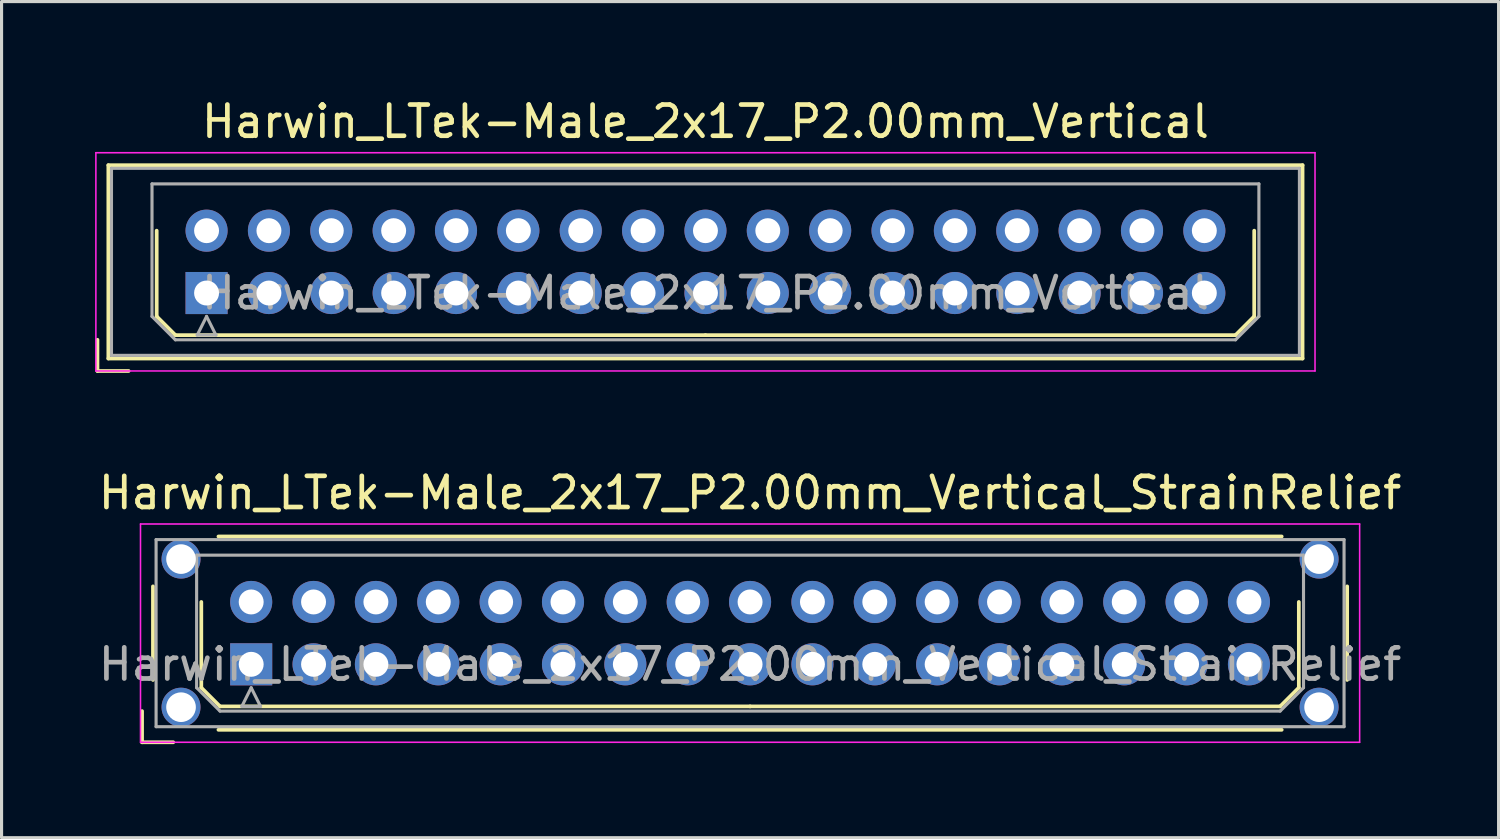
<source format=kicad_pcb>
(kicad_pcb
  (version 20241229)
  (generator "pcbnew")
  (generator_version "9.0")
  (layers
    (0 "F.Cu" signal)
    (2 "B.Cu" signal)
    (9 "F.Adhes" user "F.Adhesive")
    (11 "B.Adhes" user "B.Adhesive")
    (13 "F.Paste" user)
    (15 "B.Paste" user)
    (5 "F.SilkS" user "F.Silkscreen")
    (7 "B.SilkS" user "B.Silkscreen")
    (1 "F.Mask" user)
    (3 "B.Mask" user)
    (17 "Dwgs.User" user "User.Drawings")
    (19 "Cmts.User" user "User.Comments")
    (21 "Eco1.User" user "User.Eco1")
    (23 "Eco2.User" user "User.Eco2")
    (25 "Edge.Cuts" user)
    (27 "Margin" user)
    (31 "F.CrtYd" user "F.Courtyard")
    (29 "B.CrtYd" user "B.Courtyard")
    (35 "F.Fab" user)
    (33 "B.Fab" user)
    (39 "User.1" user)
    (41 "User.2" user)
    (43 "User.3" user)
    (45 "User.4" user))
  (footprint "Harwin_LTek-Male_2x17_P2.00mm_Vertical"
    (layer "F.Cu")
    (at 3.575 6.348)
    (property "Reference" "Harwin_LTek-Male_2x17_P2.00mm_Vertical" (at 16 -5.5 0) (layer "F.SilkS") (effects (font (size 1 1) (thickness 0.15))))
    (attr through_hole)
    (fp_line (start -3.5 1.5) (end -3.5 2.5) (stroke (width 0.12) (type solid)) (layer "F.SilkS"))
    (fp_line (start -3.5 2.5) (end -2.5 2.5) (stroke (width 0.12) (type solid)) (layer "F.SilkS"))
    (fp_line (start -3.15 -4.1) (end -3.15 2.1) (stroke (width 0.12) (type solid)) (layer "F.SilkS"))
    (fp_line (start -3.15 2.1) (end 35.15 2.1) (stroke (width 0.12) (type solid)) (layer "F.SilkS"))
    (fp_line (start -1.6 -2) (end -1.6 0.75) (stroke (width 0.12) (type solid)) (layer "F.SilkS"))
    (fp_line (start -1.6 0.75) (end -1 1.35) (stroke (width 0.12) (type solid)) (layer "F.SilkS"))
    (fp_line (start -1 1.35) (end 16 1.35) (stroke (width 0.12) (type solid)) (layer "F.SilkS"))
    (fp_line (start 33 1.35) (end 16 1.35) (stroke (width 0.12) (type solid)) (layer "F.SilkS"))
    (fp_line (start 33.6 -2) (end 33.6 0.75) (stroke (width 0.12) (type solid)) (layer "F.SilkS"))
    (fp_line (start 33.6 0.75) (end 33 1.35) (stroke (width 0.12) (type solid)) (layer "F.SilkS"))
    (fp_line (start 35.15 -4.1) (end -3.15 -4.1) (stroke (width 0.12) (type solid)) (layer "F.SilkS"))
    (fp_line (start 35.15 2.1) (end 35.15 -4.1) (stroke (width 0.12) (type solid)) (layer "F.SilkS"))
    (fp_line (start -3.55 -4.5) (end -3.55 2.5) (stroke (width 0.05) (type solid)) (layer "F.CrtYd"))
    (fp_line (start -3.55 2.5) (end 35.55 2.5) (stroke (width 0.05) (type solid)) (layer "F.CrtYd"))
    (fp_line (start 35.55 -4.5) (end -3.55 -4.5) (stroke (width 0.05) (type solid)) (layer "F.CrtYd"))
    (fp_line (start 35.55 2.5) (end 35.55 -4.5) (stroke (width 0.05) (type solid)) (layer "F.CrtYd"))
    (fp_line (start -3.05 -4) (end -3.05 2) (stroke (width 0.1) (type solid)) (layer "F.Fab"))
    (fp_line (start -3.05 2) (end 35.05 2) (stroke (width 0.1) (type solid)) (layer "F.Fab"))
    (fp_line (start -1.75 -3.5) (end 33.75 -3.5) (stroke (width 0.1) (type solid)) (layer "F.Fab"))
    (fp_line (start -1.75 0.75) (end -1.75 -3.5) (stroke (width 0.1) (type solid)) (layer "F.Fab"))
    (fp_line (start -1 1.5) (end -1.75 0.75) (stroke (width 0.1) (type solid)) (layer "F.Fab"))
    (fp_line (start -0.3 1.35) (end 0.3 1.35) (stroke (width 0.1) (type solid)) (layer "F.Fab"))
    (fp_line (start 0 0.75) (end -0.3 1.35) (stroke (width 0.1) (type solid)) (layer "F.Fab"))
    (fp_line (start 0.3 1.35) (end 0 0.75) (stroke (width 0.1) (type solid)) (layer "F.Fab"))
    (fp_line (start 33 1.5) (end -1 1.5) (stroke (width 0.1) (type solid)) (layer "F.Fab"))
    (fp_line (start 33.75 -3.5) (end 33.75 0.75) (stroke (width 0.1) (type solid)) (layer "F.Fab"))
    (fp_line (start 33.75 0.75) (end 33 1.5) (stroke (width 0.1) (type solid)) (layer "F.Fab"))
    (fp_line (start 35.05 -4) (end -3.05 -4) (stroke (width 0.1) (type solid)) (layer "F.Fab"))
    (fp_line (start 35.05 2) (end 35.05 -4) (stroke (width 0.1) (type solid)) (layer "F.Fab"))
    (fp_text user "${REFERENCE}" (at 16 0 0) (layer "F.Fab") (effects (font (size 1 1) (thickness 0.15))))
    (pad "1" thru_hole rect (at 0 0) (size 1.35 1.35) (drill 0.8) (layers "*.Cu" "*.Mask"))
    (pad "2" thru_hole circle (at 2 0) (size 1.35 1.35) (drill 0.8) (layers "*.Cu" "*.Mask"))
    (pad "3" thru_hole circle (at 4 0) (size 1.35 1.35) (drill 0.8) (layers "*.Cu" "*.Mask"))
    (pad "4" thru_hole circle (at 6 0) (size 1.35 1.35) (drill 0.8) (layers "*.Cu" "*.Mask"))
    (pad "5" thru_hole circle (at 8 0) (size 1.35 1.35) (drill 0.8) (layers "*.Cu" "*.Mask"))
    (pad "6" thru_hole circle (at 10 0) (size 1.35 1.35) (drill 0.8) (layers "*.Cu" "*.Mask"))
    (pad "7" thru_hole circle (at 12 0) (size 1.35 1.35) (drill 0.8) (layers "*.Cu" "*.Mask"))
    (pad "8" thru_hole circle (at 14 0) (size 1.35 1.35) (drill 0.8) (layers "*.Cu" "*.Mask"))
    (pad "9" thru_hole circle (at 16 0) (size 1.35 1.35) (drill 0.8) (layers "*.Cu" "*.Mask"))
    (pad "10" thru_hole circle (at 18 0) (size 1.35 1.35) (drill 0.8) (layers "*.Cu" "*.Mask"))
    (pad "11" thru_hole circle (at 20 0) (size 1.35 1.35) (drill 0.8) (layers "*.Cu" "*.Mask"))
    (pad "12" thru_hole circle (at 22 0) (size 1.35 1.35) (drill 0.8) (layers "*.Cu" "*.Mask"))
    (pad "13" thru_hole circle (at 24 0) (size 1.35 1.35) (drill 0.8) (layers "*.Cu" "*.Mask"))
    (pad "14" thru_hole circle (at 26 0) (size 1.35 1.35) (drill 0.8) (layers "*.Cu" "*.Mask"))
    (pad "15" thru_hole circle (at 28 0) (size 1.35 1.35) (drill 0.8) (layers "*.Cu" "*.Mask"))
    (pad "16" thru_hole circle (at 30 0) (size 1.35 1.35) (drill 0.8) (layers "*.Cu" "*.Mask"))
    (pad "17" thru_hole circle (at 32 0) (size 1.35 1.35) (drill 0.8) (layers "*.Cu" "*.Mask"))
    (pad "18" thru_hole circle (at 0 -2) (size 1.35 1.35) (drill 0.8) (layers "*.Cu" "*.Mask"))
    (pad "19" thru_hole circle (at 2 -2) (size 1.35 1.35) (drill 0.8) (layers "*.Cu" "*.Mask"))
    (pad "20" thru_hole circle (at 4 -2) (size 1.35 1.35) (drill 0.8) (layers "*.Cu" "*.Mask"))
    (pad "21" thru_hole circle (at 6 -2) (size 1.35 1.35) (drill 0.8) (layers "*.Cu" "*.Mask"))
    (pad "22" thru_hole circle (at 8 -2) (size 1.35 1.35) (drill 0.8) (layers "*.Cu" "*.Mask"))
    (pad "23" thru_hole circle (at 10 -2) (size 1.35 1.35) (drill 0.8) (layers "*.Cu" "*.Mask"))
    (pad "24" thru_hole circle (at 12 -2) (size 1.35 1.35) (drill 0.8) (layers "*.Cu" "*.Mask"))
    (pad "25" thru_hole circle (at 14 -2) (size 1.35 1.35) (drill 0.8) (layers "*.Cu" "*.Mask"))
    (pad "26" thru_hole circle (at 16 -2) (size 1.35 1.35) (drill 0.8) (layers "*.Cu" "*.Mask"))
    (pad "27" thru_hole circle (at 18 -2) (size 1.35 1.35) (drill 0.8) (layers "*.Cu" "*.Mask"))
    (pad "28" thru_hole circle (at 20 -2) (size 1.35 1.35) (drill 0.8) (layers "*.Cu" "*.Mask"))
    (pad "29" thru_hole circle (at 22 -2) (size 1.35 1.35) (drill 0.8) (layers "*.Cu" "*.Mask"))
    (pad "30" thru_hole circle (at 24 -2) (size 1.35 1.35) (drill 0.8) (layers "*.Cu" "*.Mask"))
    (pad "31" thru_hole circle (at 26 -2) (size 1.35 1.35) (drill 0.8) (layers "*.Cu" "*.Mask"))
    (pad "32" thru_hole circle (at 28 -2) (size 1.35 1.35) (drill 0.8) (layers "*.Cu" "*.Mask"))
    (pad "33" thru_hole circle (at 30 -2) (size 1.35 1.35) (drill 0.8) (layers "*.Cu" "*.Mask"))
    (pad "34" thru_hole circle (at 32 -2) (size 1.35 1.35) (drill 0.8) (layers "*.Cu" "*.Mask")))
  (footprint "Harwin_LTek-Male_2x17_P2.00mm_Vertical_StrainRelief"
    (layer "F.Cu")
    (at 5.006 18.256)
    (property "Reference" "Harwin_LTek-Male_2x17_P2.00mm_Vertical_StrainRelief" (at 16 -5.5 0) (layer "F.SilkS") (effects (font (size 1 1) (thickness 0.15))))
    (attr through_hole)
    (fp_line (start -3.5 1.5) (end -3.5 2.5) (stroke (width 0.12) (type solid)) (layer "F.SilkS"))
    (fp_line (start -3.5 2.5) (end -2.5 2.5) (stroke (width 0.12) (type solid)) (layer "F.SilkS"))
    (fp_line (start -3.15 -2.5) (end -3.15 0.5) (stroke (width 0.12) (type solid)) (layer "F.SilkS"))
    (fp_line (start -1.6 -2) (end -1.6 0.75) (stroke (width 0.12) (type solid)) (layer "F.SilkS"))
    (fp_line (start -1.6 0.75) (end -1 1.35) (stroke (width 0.12) (type solid)) (layer "F.SilkS"))
    (fp_line (start -1.05 -4.1) (end 33.05 -4.1) (stroke (width 0.12) (type solid)) (layer "F.SilkS"))
    (fp_line (start -1.05 2.1) (end 33.05 2.1) (stroke (width 0.12) (type solid)) (layer "F.SilkS"))
    (fp_line (start -1 1.35) (end 16 1.35) (stroke (width 0.12) (type solid)) (layer "F.SilkS"))
    (fp_line (start 33 1.35) (end 16 1.35) (stroke (width 0.12) (type solid)) (layer "F.SilkS"))
    (fp_line (start 33.6 -2) (end 33.6 0.75) (stroke (width 0.12) (type solid)) (layer "F.SilkS"))
    (fp_line (start 33.6 0.75) (end 33 1.35) (stroke (width 0.12) (type solid)) (layer "F.SilkS"))
    (fp_line (start 35.15 -2.5) (end 35.15 0.5) (stroke (width 0.12) (type solid)) (layer "F.SilkS"))
    (fp_line (start -3.55 -4.5) (end -3.55 2.5) (stroke (width 0.05) (type solid)) (layer "F.CrtYd"))
    (fp_line (start -3.55 2.5) (end 35.55 2.5) (stroke (width 0.05) (type solid)) (layer "F.CrtYd"))
    (fp_line (start 35.55 -4.5) (end -3.55 -4.5) (stroke (width 0.05) (type solid)) (layer "F.CrtYd"))
    (fp_line (start 35.55 2.5) (end 35.55 -4.5) (stroke (width 0.05) (type solid)) (layer "F.CrtYd"))
    (fp_line (start -3.05 -4) (end -3.05 2) (stroke (width 0.1) (type solid)) (layer "F.Fab"))
    (fp_line (start -3.05 2) (end 35.05 2) (stroke (width 0.1) (type solid)) (layer "F.Fab"))
    (fp_line (start -1.75 -3.5) (end 33.75 -3.5) (stroke (width 0.1) (type solid)) (layer "F.Fab"))
    (fp_line (start -1.75 0.75) (end -1.75 -3.5) (stroke (width 0.1) (type solid)) (layer "F.Fab"))
    (fp_line (start -1 1.5) (end -1.75 0.75) (stroke (width 0.1) (type solid)) (layer "F.Fab"))
    (fp_line (start -0.3 1.35) (end 0.3 1.35) (stroke (width 0.1) (type solid)) (layer "F.Fab"))
    (fp_line (start 0 0.75) (end -0.3 1.35) (stroke (width 0.1) (type solid)) (layer "F.Fab"))
    (fp_line (start 0.3 1.35) (end 0 0.75) (stroke (width 0.1) (type solid)) (layer "F.Fab"))
    (fp_line (start 33 1.5) (end -1 1.5) (stroke (width 0.1) (type solid)) (layer "F.Fab"))
    (fp_line (start 33.75 -3.5) (end 33.75 0.75) (stroke (width 0.1) (type solid)) (layer "F.Fab"))
    (fp_line (start 33.75 0.75) (end 33 1.5) (stroke (width 0.1) (type solid)) (layer "F.Fab"))
    (fp_line (start 35.05 -4) (end -3.05 -4) (stroke (width 0.1) (type solid)) (layer "F.Fab"))
    (fp_line (start 35.05 2) (end 35.05 -4) (stroke (width 0.1) (type solid)) (layer "F.Fab"))
    (fp_text user "${REFERENCE}" (at 16 0 0) (layer "F.Fab") (effects (font (size 1 1) (thickness 0.15))))
    (pad "" thru_hole circle (at -2.25 -3.375) (size 1.25 1.25) (drill 0.95) (layers "*.Cu" "*.Mask"))
    (pad "" thru_hole circle (at -2.25 1.375) (size 1.25 1.25) (drill 0.95) (layers "*.Cu" "*.Mask"))
    (pad "" thru_hole circle (at 34.25 -3.375) (size 1.25 1.25) (drill 0.95) (layers "*.Cu" "*.Mask"))
    (pad "" thru_hole circle (at 34.25 1.375) (size 1.25 1.25) (drill 0.95) (layers "*.Cu" "*.Mask"))
    (pad "1" thru_hole rect (at 0 0) (size 1.35 1.35) (drill 0.8) (layers "*.Cu" "*.Mask"))
    (pad "2" thru_hole circle (at 2 0) (size 1.35 1.35) (drill 0.8) (layers "*.Cu" "*.Mask"))
    (pad "3" thru_hole circle (at 4 0) (size 1.35 1.35) (drill 0.8) (layers "*.Cu" "*.Mask"))
    (pad "4" thru_hole circle (at 6 0) (size 1.35 1.35) (drill 0.8) (layers "*.Cu" "*.Mask"))
    (pad "5" thru_hole circle (at 8 0) (size 1.35 1.35) (drill 0.8) (layers "*.Cu" "*.Mask"))
    (pad "6" thru_hole circle (at 10 0) (size 1.35 1.35) (drill 0.8) (layers "*.Cu" "*.Mask"))
    (pad "7" thru_hole circle (at 12 0) (size 1.35 1.35) (drill 0.8) (layers "*.Cu" "*.Mask"))
    (pad "8" thru_hole circle (at 14 0) (size 1.35 1.35) (drill 0.8) (layers "*.Cu" "*.Mask"))
    (pad "9" thru_hole circle (at 16 0) (size 1.35 1.35) (drill 0.8) (layers "*.Cu" "*.Mask"))
    (pad "10" thru_hole circle (at 18 0) (size 1.35 1.35) (drill 0.8) (layers "*.Cu" "*.Mask"))
    (pad "11" thru_hole circle (at 20 0) (size 1.35 1.35) (drill 0.8) (layers "*.Cu" "*.Mask"))
    (pad "12" thru_hole circle (at 22 0) (size 1.35 1.35) (drill 0.8) (layers "*.Cu" "*.Mask"))
    (pad "13" thru_hole circle (at 24 0) (size 1.35 1.35) (drill 0.8) (layers "*.Cu" "*.Mask"))
    (pad "14" thru_hole circle (at 26 0) (size 1.35 1.35) (drill 0.8) (layers "*.Cu" "*.Mask"))
    (pad "15" thru_hole circle (at 28 0) (size 1.35 1.35) (drill 0.8) (layers "*.Cu" "*.Mask"))
    (pad "16" thru_hole circle (at 30 0) (size 1.35 1.35) (drill 0.8) (layers "*.Cu" "*.Mask"))
    (pad "17" thru_hole circle (at 32 0) (size 1.35 1.35) (drill 0.8) (layers "*.Cu" "*.Mask"))
    (pad "18" thru_hole circle (at 0 -2) (size 1.35 1.35) (drill 0.8) (layers "*.Cu" "*.Mask"))
    (pad "19" thru_hole circle (at 2 -2) (size 1.35 1.35) (drill 0.8) (layers "*.Cu" "*.Mask"))
    (pad "20" thru_hole circle (at 4 -2) (size 1.35 1.35) (drill 0.8) (layers "*.Cu" "*.Mask"))
    (pad "21" thru_hole circle (at 6 -2) (size 1.35 1.35) (drill 0.8) (layers "*.Cu" "*.Mask"))
    (pad "22" thru_hole circle (at 8 -2) (size 1.35 1.35) (drill 0.8) (layers "*.Cu" "*.Mask"))
    (pad "23" thru_hole circle (at 10 -2) (size 1.35 1.35) (drill 0.8) (layers "*.Cu" "*.Mask"))
    (pad "24" thru_hole circle (at 12 -2) (size 1.35 1.35) (drill 0.8) (layers "*.Cu" "*.Mask"))
    (pad "25" thru_hole circle (at 14 -2) (size 1.35 1.35) (drill 0.8) (layers "*.Cu" "*.Mask"))
    (pad "26" thru_hole circle (at 16 -2) (size 1.35 1.35) (drill 0.8) (layers "*.Cu" "*.Mask"))
    (pad "27" thru_hole circle (at 18 -2) (size 1.35 1.35) (drill 0.8) (layers "*.Cu" "*.Mask"))
    (pad "28" thru_hole circle (at 20 -2) (size 1.35 1.35) (drill 0.8) (layers "*.Cu" "*.Mask"))
    (pad "29" thru_hole circle (at 22 -2) (size 1.35 1.35) (drill 0.8) (layers "*.Cu" "*.Mask"))
    (pad "30" thru_hole circle (at 24 -2) (size 1.35 1.35) (drill 0.8) (layers "*.Cu" "*.Mask"))
    (pad "31" thru_hole circle (at 26 -2) (size 1.35 1.35) (drill 0.8) (layers "*.Cu" "*.Mask"))
    (pad "32" thru_hole circle (at 28 -2) (size 1.35 1.35) (drill 0.8) (layers "*.Cu" "*.Mask"))
    (pad "33" thru_hole circle (at 30 -2) (size 1.35 1.35) (drill 0.8) (layers "*.Cu" "*.Mask"))
    (pad "34" thru_hole circle (at 32 -2) (size 1.35 1.35) (drill 0.8) (layers "*.Cu" "*.Mask")))
  (gr_rect
    (start -3 -3)
    (end 45.012 23.817)
    (stroke (width 0.1) (type default))
    (fill no)
    (layer "Edge.Cuts")))
</source>
